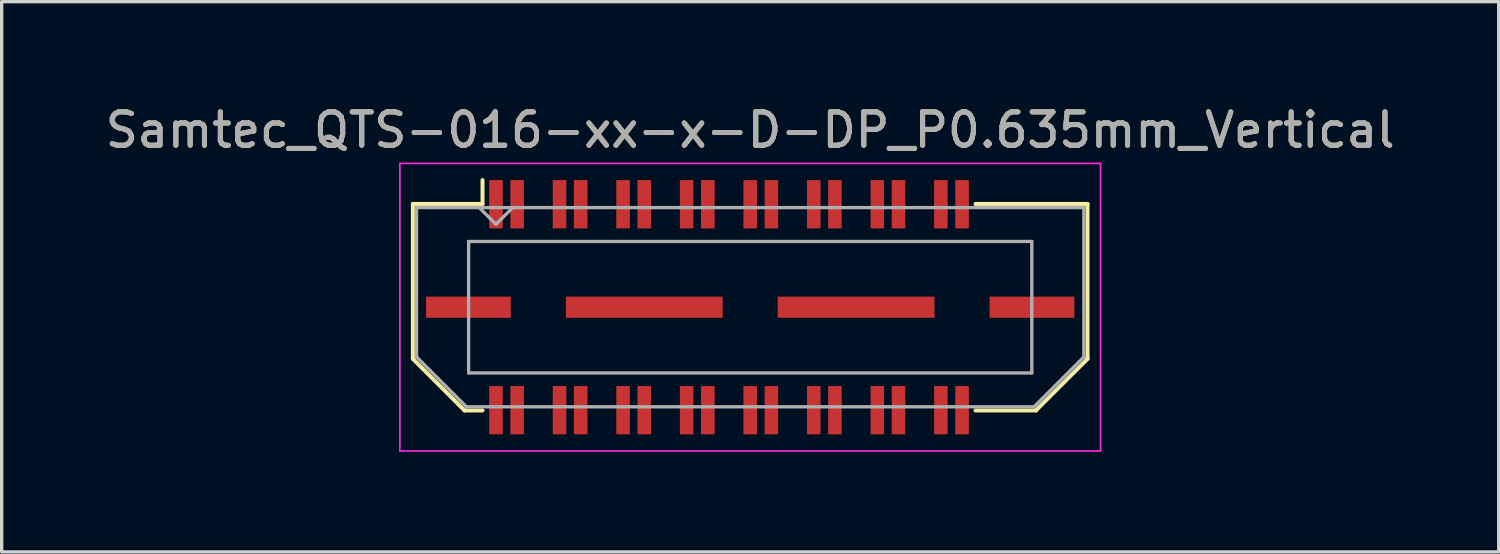
<source format=kicad_pcb>
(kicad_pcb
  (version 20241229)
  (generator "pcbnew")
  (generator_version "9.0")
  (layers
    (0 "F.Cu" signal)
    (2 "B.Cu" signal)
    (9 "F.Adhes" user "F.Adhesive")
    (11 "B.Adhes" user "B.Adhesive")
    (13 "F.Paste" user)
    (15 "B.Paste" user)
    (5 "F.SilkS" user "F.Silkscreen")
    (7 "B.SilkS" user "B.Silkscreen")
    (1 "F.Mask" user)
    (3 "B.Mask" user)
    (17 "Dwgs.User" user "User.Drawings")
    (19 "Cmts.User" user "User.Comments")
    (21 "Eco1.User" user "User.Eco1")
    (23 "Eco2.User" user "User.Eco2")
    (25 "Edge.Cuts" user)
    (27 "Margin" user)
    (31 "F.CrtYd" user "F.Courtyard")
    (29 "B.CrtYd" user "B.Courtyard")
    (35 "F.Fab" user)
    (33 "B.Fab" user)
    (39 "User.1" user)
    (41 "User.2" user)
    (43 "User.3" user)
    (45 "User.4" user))
  (footprint "Samtec_QTS-016-xx-x-D-DP_P0.635mm_Vertical"
    (layer "F.Cu")
    (at 19.435 6.158)
    (property "Reference" "Samtec_QTS-016-xx-x-D-DP_P0.635mm_Vertical" (at 0 -5.31 0) (layer "F.SilkS") (effects (font (size 1 1) (thickness 0.15))))
    (attr smd)
    (fp_line (start -10.11 -3.095) (end -10.11 1.548) (stroke (width 0.12) (type solid)) (layer "F.SilkS"))
    (fp_line (start -10.11 1.548) (end -8.562 3.095) (stroke (width 0.12) (type solid)) (layer "F.SilkS"))
    (fp_line (start -8.562 3.095) (end -8.023 3.095) (stroke (width 0.12) (type solid)) (layer "F.SilkS"))
    (fp_line (start -8.023 -3.81) (end -8.023 -3.095) (stroke (width 0.12) (type solid)) (layer "F.SilkS"))
    (fp_line (start -8.023 -3.095) (end -10.11 -3.095) (stroke (width 0.12) (type solid)) (layer "F.SilkS"))
    (fp_line (start 6.753 -3.095) (end 10.11 -3.095) (stroke (width 0.12) (type solid)) (layer "F.SilkS"))
    (fp_line (start 8.562 3.095) (end 6.753 3.095) (stroke (width 0.12) (type solid)) (layer "F.SilkS"))
    (fp_line (start 10.11 -3.095) (end 10.11 1.548) (stroke (width 0.12) (type solid)) (layer "F.SilkS"))
    (fp_line (start 10.11 1.548) (end 8.562 3.095) (stroke (width 0.12) (type solid)) (layer "F.SilkS"))
    (fp_line (start -10.5 -4.31) (end -10.5 4.31) (stroke (width 0.05) (type solid)) (layer "F.CrtYd"))
    (fp_line (start -10.5 4.31) (end 10.5 4.31) (stroke (width 0.05) (type solid)) (layer "F.CrtYd"))
    (fp_line (start 10.5 -4.31) (end -10.5 -4.31) (stroke (width 0.05) (type solid)) (layer "F.CrtYd"))
    (fp_line (start 10.5 4.31) (end 10.5 -4.31) (stroke (width 0.05) (type solid)) (layer "F.CrtYd"))
    (fp_line (start -10 -2.985) (end -10 1.492) (stroke (width 0.1) (type solid)) (layer "F.Fab"))
    (fp_line (start -10 -2.985) (end 10 -2.985) (stroke (width 0.1) (type solid)) (layer "F.Fab"))
    (fp_line (start -10 1.492) (end -8.508 2.985) (stroke (width 0.1) (type solid)) (layer "F.Fab"))
    (fp_line (start -8.508 2.985) (end 8.508 2.985) (stroke (width 0.1) (type solid)) (layer "F.Fab"))
    (fp_line (start -8.44 -1.97) (end -8.44 1.97) (stroke (width 0.1) (type solid)) (layer "F.Fab"))
    (fp_line (start -8.44 1.97) (end 8.44 1.97) (stroke (width 0.1) (type solid)) (layer "F.Fab"))
    (fp_line (start -7.62 -2.485) (end -8.12 -2.985) (stroke (width 0.1) (type solid)) (layer "F.Fab"))
    (fp_line (start -7.12 -2.985) (end -7.62 -2.485) (stroke (width 0.1) (type solid)) (layer "F.Fab"))
    (fp_line (start 8.44 -1.97) (end -8.44 -1.97) (stroke (width 0.1) (type solid)) (layer "F.Fab"))
    (fp_line (start 8.44 1.97) (end 8.44 -1.97) (stroke (width 0.1) (type solid)) (layer "F.Fab"))
    (fp_line (start 10 -2.985) (end 10 1.492) (stroke (width 0.1) (type solid)) (layer "F.Fab"))
    (fp_line (start 10 1.492) (end 8.508 2.985) (stroke (width 0.1) (type solid)) (layer "F.Fab"))
    (fp_text user "${REFERENCE}" (at 0 -5.31 0) (layer "F.Fab") (effects (font (size 1 1) (thickness 0.15))))
    (pad "1" smd rect (at -7.62 -3.086) (size 0.406 1.448) (layers "F.Cu" "F.Mask" "F.Paste"))
    (pad "2" smd rect (at -7.62 3.086) (size 0.406 1.448) (layers "F.Cu" "F.Mask" "F.Paste"))
    (pad "3" smd rect (at -6.985 -3.086) (size 0.406 1.448) (layers "F.Cu" "F.Mask" "F.Paste"))
    (pad "4" smd rect (at -6.985 3.086) (size 0.406 1.448) (layers "F.Cu" "F.Mask" "F.Paste"))
    (pad "5" smd rect (at -5.715 -3.086) (size 0.406 1.448) (layers "F.Cu" "F.Mask" "F.Paste"))
    (pad "6" smd rect (at -5.715 3.086) (size 0.406 1.448) (layers "F.Cu" "F.Mask" "F.Paste"))
    (pad "7" smd rect (at -5.08 -3.086) (size 0.406 1.448) (layers "F.Cu" "F.Mask" "F.Paste"))
    (pad "8" smd rect (at -5.08 3.086) (size 0.406 1.448) (layers "F.Cu" "F.Mask" "F.Paste"))
    (pad "9" smd rect (at -3.81 -3.086) (size 0.406 1.448) (layers "F.Cu" "F.Mask" "F.Paste"))
    (pad "10" smd rect (at -3.81 3.086) (size 0.406 1.448) (layers "F.Cu" "F.Mask" "F.Paste"))
    (pad "11" smd rect (at -3.175 -3.086) (size 0.406 1.448) (layers "F.Cu" "F.Mask" "F.Paste"))
    (pad "12" smd rect (at -3.175 3.086) (size 0.406 1.448) (layers "F.Cu" "F.Mask" "F.Paste"))
    (pad "13" smd rect (at -1.905 -3.086) (size 0.406 1.448) (layers "F.Cu" "F.Mask" "F.Paste"))
    (pad "14" smd rect (at -1.905 3.086) (size 0.406 1.448) (layers "F.Cu" "F.Mask" "F.Paste"))
    (pad "15" smd rect (at -1.27 -3.086) (size 0.406 1.448) (layers "F.Cu" "F.Mask" "F.Paste"))
    (pad "16" smd rect (at -1.27 3.086) (size 0.406 1.448) (layers "F.Cu" "F.Mask" "F.Paste"))
    (pad "17" smd rect (at 0 -3.086) (size 0.406 1.448) (layers "F.Cu" "F.Mask" "F.Paste"))
    (pad "18" smd rect (at 0 3.086) (size 0.406 1.448) (layers "F.Cu" "F.Mask" "F.Paste"))
    (pad "19" smd rect (at 0.635 -3.086) (size 0.406 1.448) (layers "F.Cu" "F.Mask" "F.Paste"))
    (pad "20" smd rect (at 0.635 3.086) (size 0.406 1.448) (layers "F.Cu" "F.Mask" "F.Paste"))
    (pad "21" smd rect (at 1.905 -3.086) (size 0.406 1.448) (layers "F.Cu" "F.Mask" "F.Paste"))
    (pad "22" smd rect (at 1.905 3.086) (size 0.406 1.448) (layers "F.Cu" "F.Mask" "F.Paste"))
    (pad "23" smd rect (at 2.54 -3.086) (size 0.406 1.448) (layers "F.Cu" "F.Mask" "F.Paste"))
    (pad "24" smd rect (at 2.54 3.086) (size 0.406 1.448) (layers "F.Cu" "F.Mask" "F.Paste"))
    (pad "25" smd rect (at 3.81 -3.086) (size 0.406 1.448) (layers "F.Cu" "F.Mask" "F.Paste"))
    (pad "26" smd rect (at 3.81 3.086) (size 0.406 1.448) (layers "F.Cu" "F.Mask" "F.Paste"))
    (pad "27" smd rect (at 4.445 -3.086) (size 0.406 1.448) (layers "F.Cu" "F.Mask" "F.Paste"))
    (pad "28" smd rect (at 4.445 3.086) (size 0.406 1.448) (layers "F.Cu" "F.Mask" "F.Paste"))
    (pad "29" smd rect (at 5.715 -3.086) (size 0.406 1.448) (layers "F.Cu" "F.Mask" "F.Paste"))
    (pad "30" smd rect (at 5.715 3.086) (size 0.406 1.448) (layers "F.Cu" "F.Mask" "F.Paste"))
    (pad "31" smd rect (at 6.35 -3.086) (size 0.406 1.448) (layers "F.Cu" "F.Mask" "F.Paste"))
    (pad "32" smd rect (at 6.35 3.086) (size 0.406 1.448) (layers "F.Cu" "F.Mask" "F.Paste"))
    (pad "P1" smd rect (at -8.445 0) (size 2.54 0.635) (layers "F.Cu" "F.Mask" "F.Paste"))
    (pad "P1" smd rect (at -3.175 0) (size 4.7 0.635) (layers "F.Cu" "F.Mask" "F.Paste"))
    (pad "P1" smd rect (at 3.175 0) (size 4.7 0.635) (layers "F.Cu" "F.Mask" "F.Paste"))
    (pad "P1" smd rect (at 8.445 0) (size 2.54 0.635) (layers "F.Cu" "F.Mask" "F.Paste")))
  (gr_rect
    (start -3 -3)
    (end 41.869 13.493)
    (stroke (width 0.1) (type default))
    (fill no)
    (layer "Edge.Cuts")))
</source>
